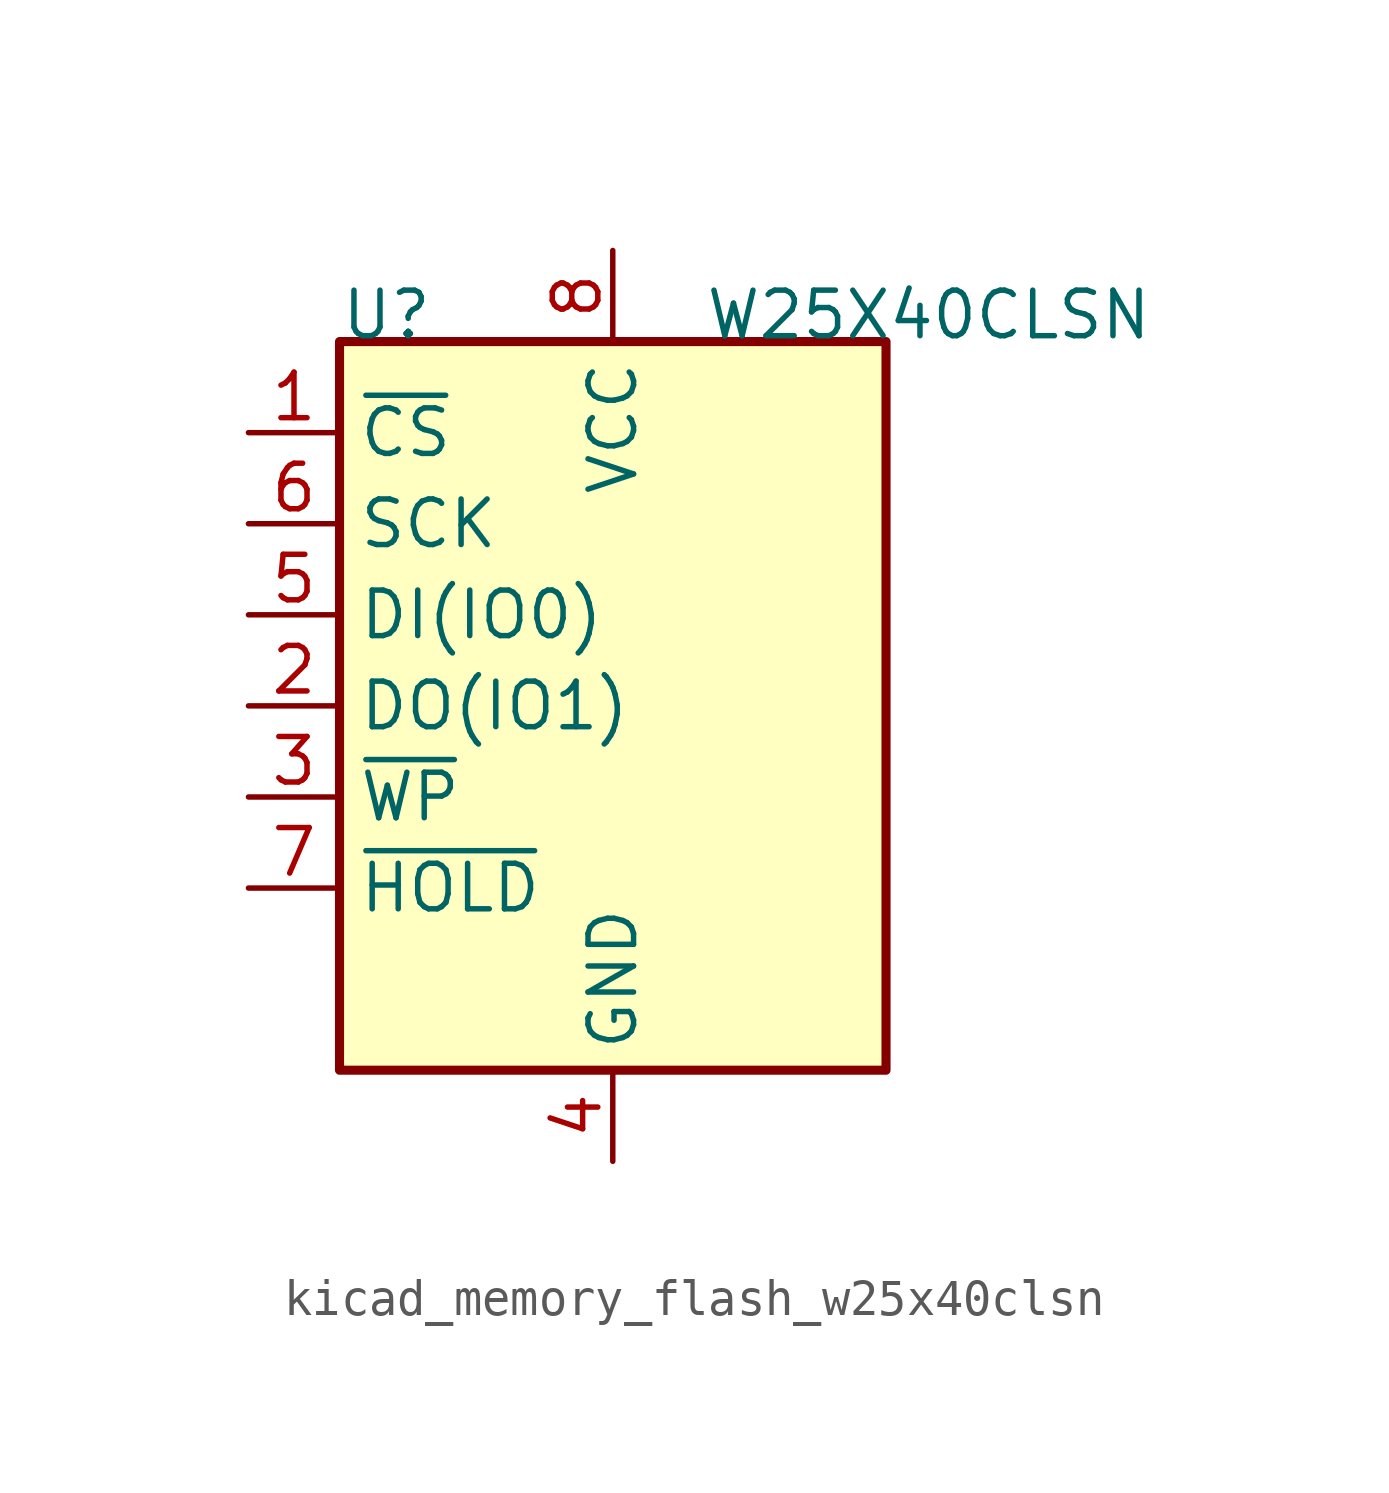
<source format=kicad_sym>
(kicad_symbol_lib
  (version 20220914)
  (generator kicad_symbol_editor)
  (symbol "kicad_memory_flash_w25x40clsn"
    (property "Reference" "U"
      (at -7.62 10.16 0)
      (effects (font (size 1.27 1.27)) (justify left bottom)))
    (property "Value" "W25X40CLSN"
      (at 2.54 10.16 0)
      (effects (font (size 1.27 1.27)) (justify left bottom)))
    (symbol "kicad_memory_flash_w25x40clsn_0_1"
      (rectangle (start -7.62 10.16) (end 7.62 -10.16) (stroke (width 0.254) (type default)) (fill (type background))))
    (symbol "kicad_memory_flash_w25x40clsn_1_1"
      (pin input line (at -10.16 7.62 0) (length 2.54) (name "~{CS}" (effects (font (size 1.27 1.27)))) (number "1" (effects (font (size 1.27 1.27)))))
      (pin bidirectional line (at -10.16 0 0) (length 2.54) (name "DO(IO1)" (effects (font (size 1.27 1.27)))) (number "2" (effects (font (size 1.27 1.27)))))
      (pin bidirectional line (at -10.16 -2.54 0) (length 2.54) (name "~{WP}" (effects (font (size 1.27 1.27)))) (number "3" (effects (font (size 1.27 1.27)))))
      (pin power_in line (at 0 -12.7 90) (length 2.54) (name "GND" (effects (font (size 1.27 1.27)))) (number "4" (effects (font (size 1.27 1.27)))))
      (pin bidirectional line (at -10.16 2.54 0) (length 2.54) (name "DI(IO0)" (effects (font (size 1.27 1.27)))) (number "5" (effects (font (size 1.27 1.27)))))
      (pin input line (at -10.16 5.08 0) (length 2.54) (name "SCK" (effects (font (size 1.27 1.27)))) (number "6" (effects (font (size 1.27 1.27)))))
      (pin bidirectional line (at -10.16 -5.08 0) (length 2.54) (name "~{HOLD}" (effects (font (size 1.27 1.27)))) (number "7" (effects (font (size 1.27 1.27)))))
      (pin power_in line (at 0 12.7 270) (length 2.54) (name "VCC" (effects (font (size 1.27 1.27)))) (number "8" (effects (font (size 1.27 1.27))))))))
</source>
